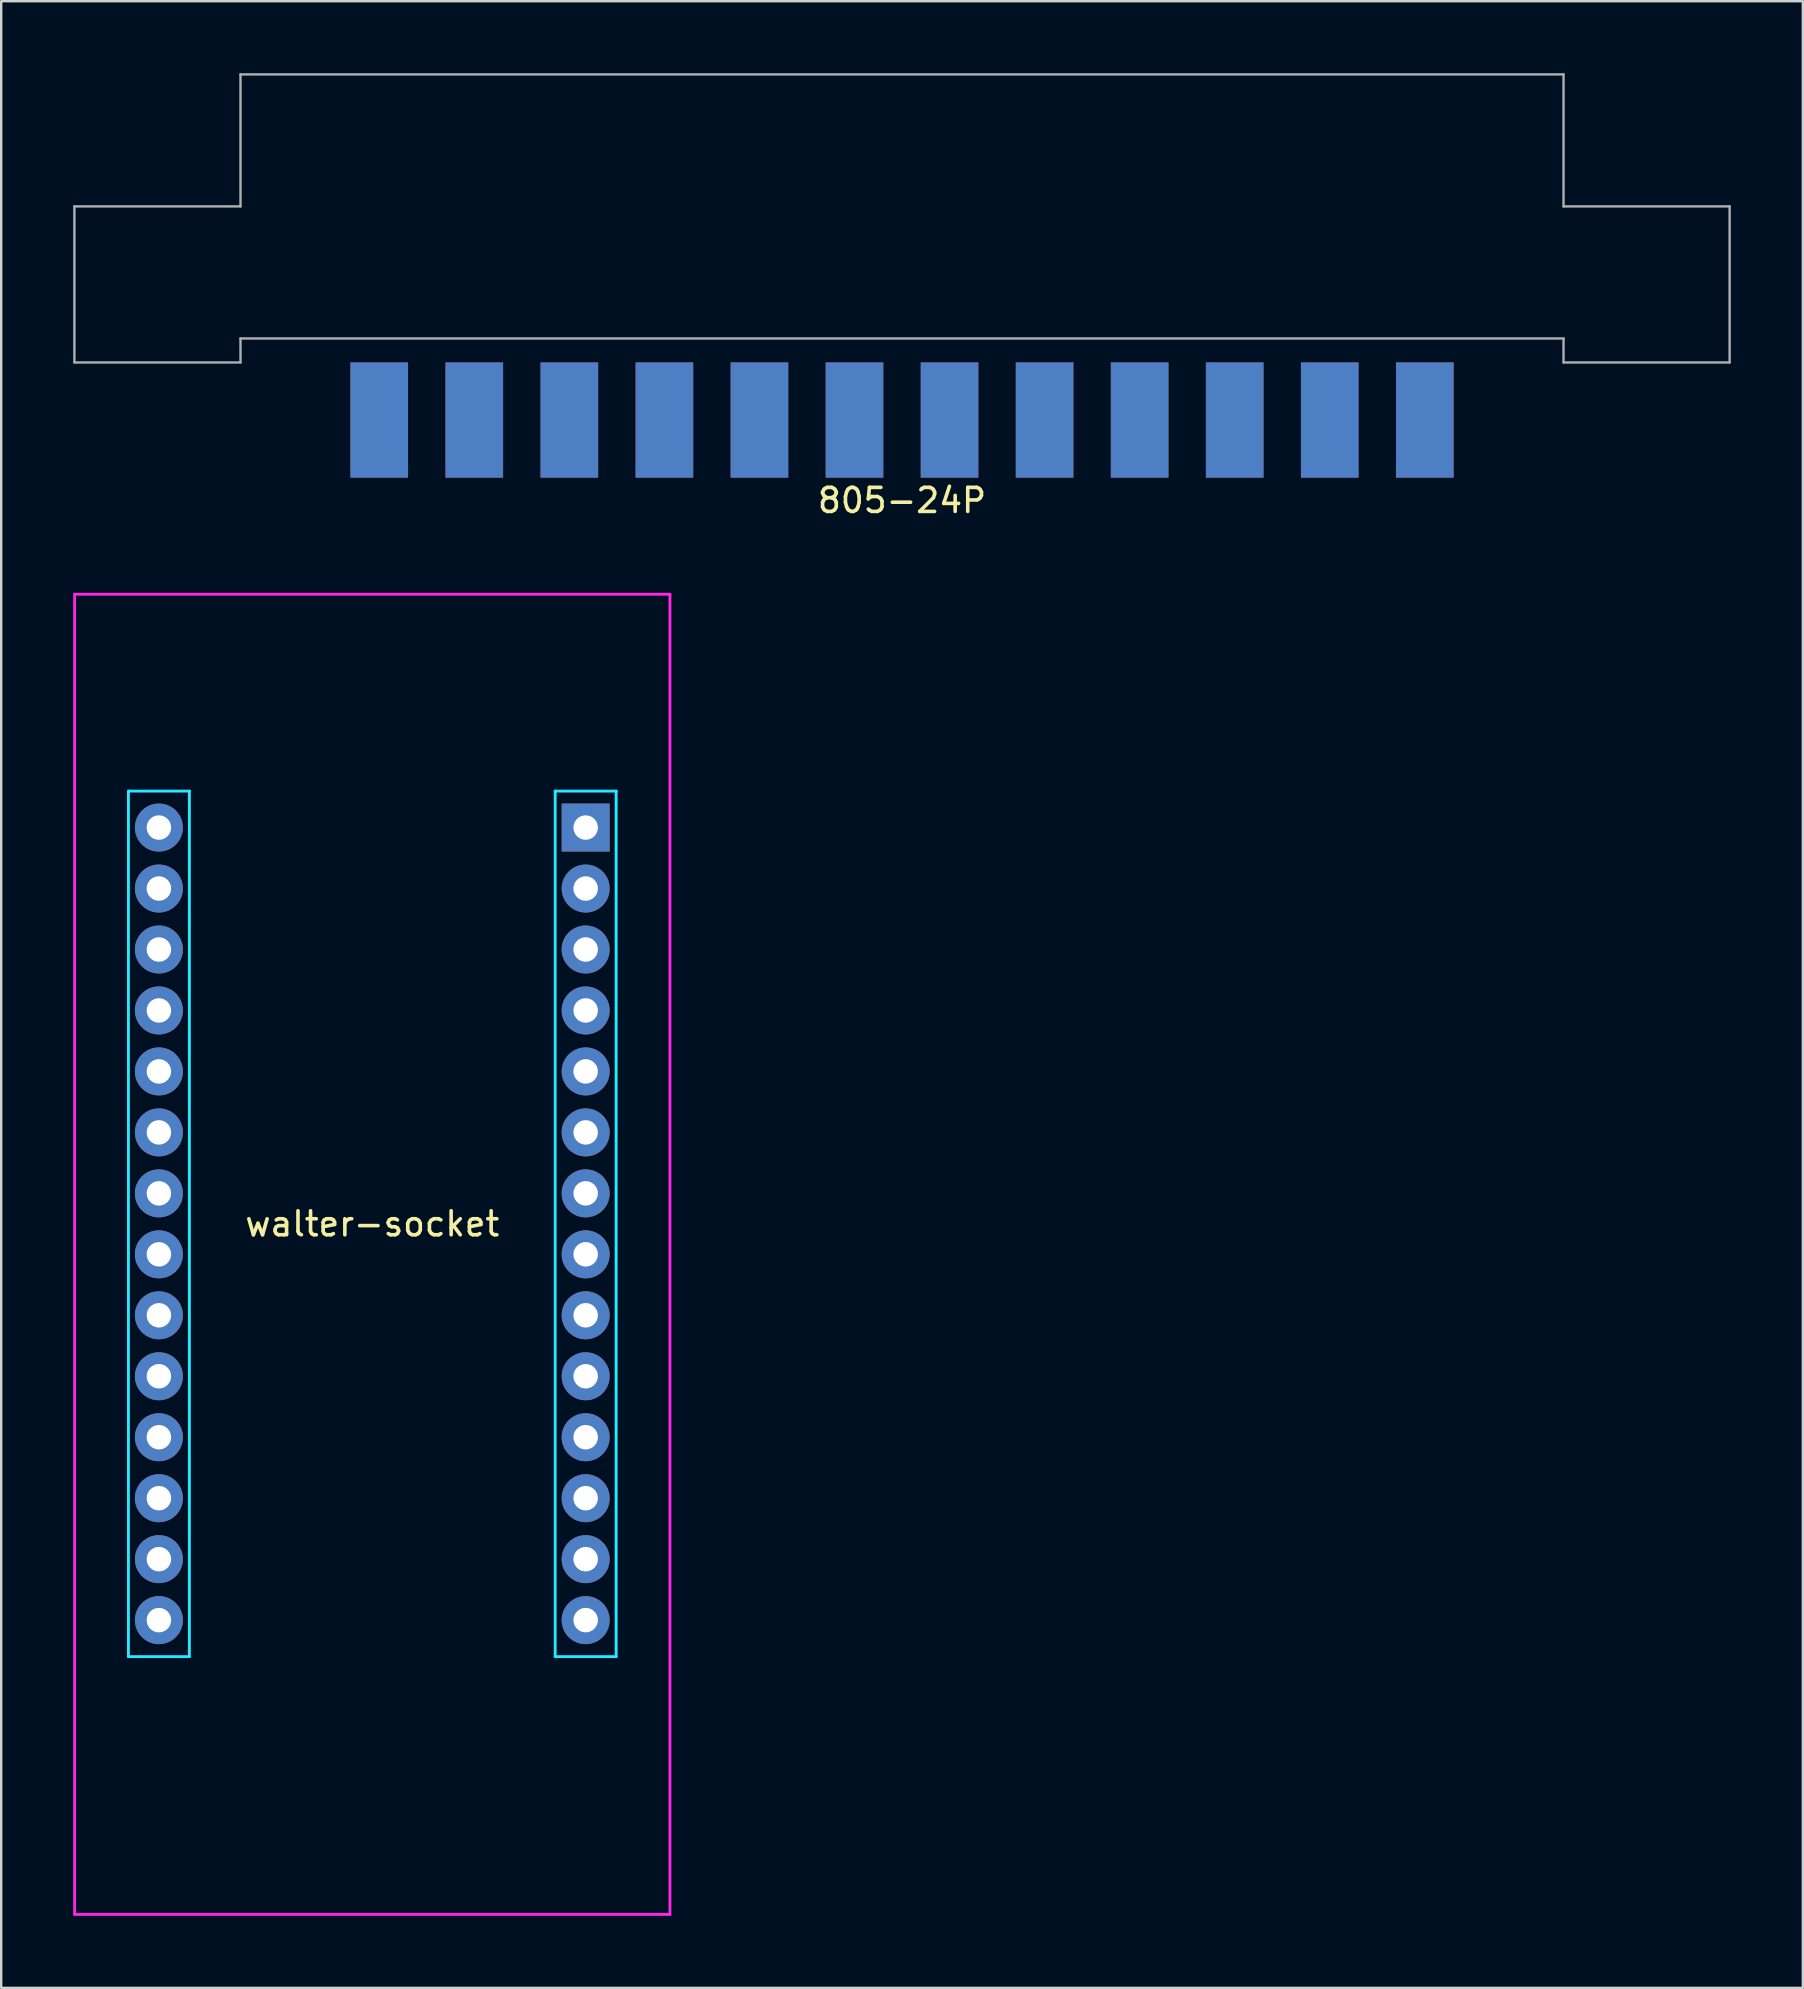
<source format=kicad_pcb>
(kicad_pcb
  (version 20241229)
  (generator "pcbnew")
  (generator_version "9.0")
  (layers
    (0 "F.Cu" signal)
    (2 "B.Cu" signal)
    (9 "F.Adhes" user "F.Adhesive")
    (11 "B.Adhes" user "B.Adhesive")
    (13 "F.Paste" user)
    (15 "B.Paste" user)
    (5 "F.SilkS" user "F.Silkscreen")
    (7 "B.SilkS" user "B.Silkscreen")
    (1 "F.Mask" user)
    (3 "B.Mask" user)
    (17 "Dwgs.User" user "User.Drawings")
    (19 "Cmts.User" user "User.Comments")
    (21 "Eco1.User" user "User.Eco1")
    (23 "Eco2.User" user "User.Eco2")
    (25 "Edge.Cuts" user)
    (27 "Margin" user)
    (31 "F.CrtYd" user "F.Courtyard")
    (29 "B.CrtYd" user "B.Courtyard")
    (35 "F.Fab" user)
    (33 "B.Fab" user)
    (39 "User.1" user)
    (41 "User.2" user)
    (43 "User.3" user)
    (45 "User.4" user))
  (footprint "805-24P"
    (layer "F.Cu")
    (at 34.53 14.45)
    (property "Reference" "805-24P" (at 0 3.35 0) (unlocked yes) (layer "F.SilkS") (effects (font (size 1 1) (thickness 0.15))))
    (attr smd)
    (fp_line (start -34.48 -8.9) (end -27.56 -8.9) (stroke (width 0.1) (type solid)) (layer "F.Fab"))
    (fp_line (start -34.48 -2.4) (end -34.48 -8.9) (stroke (width 0.1) (type solid)) (layer "F.Fab"))
    (fp_line (start -27.56 -14.4) (end -27.56 -8.9) (stroke (width 0.1) (type solid)) (layer "F.Fab"))
    (fp_line (start -27.56 -14.4) (end 27.56 -14.4) (stroke (width 0.1) (type solid)) (layer "F.Fab"))
    (fp_line (start -27.56 -3.4) (end 27.56 -3.4) (stroke (width 0.1) (type solid)) (layer "F.Fab"))
    (fp_line (start -27.56 -2.4) (end -34.48 -2.4) (stroke (width 0.1) (type solid)) (layer "F.Fab"))
    (fp_line (start -27.56 -2.4) (end -27.56 -3.4) (stroke (width 0.1) (type solid)) (layer "F.Fab"))
    (fp_line (start 27.56 -14.4) (end 27.56 -8.9) (stroke (width 0.1) (type solid)) (layer "F.Fab"))
    (fp_line (start 27.56 -8.9) (end 34.48 -8.9) (stroke (width 0.1) (type solid)) (layer "F.Fab"))
    (fp_line (start 27.56 -2.4) (end 27.56 -3.4) (stroke (width 0.1) (type solid)) (layer "F.Fab"))
    (fp_line (start 27.56 -2.4) (end 34.48 -2.4) (stroke (width 0.1) (type solid)) (layer "F.Fab"))
    (fp_line (start 34.48 -2.4) (end 34.48 -8.9) (stroke (width 0.1) (type solid)) (layer "F.Fab"))
    (pad "1" smd rect (at -21.78 0) (size 2.4 4.8) (layers "F.Cu" "F.Mask" "F.Paste"))
    (pad "2" smd rect (at -17.82 0) (size 2.4 4.8) (layers "F.Cu" "F.Mask" "F.Paste"))
    (pad "3" smd rect (at -13.86 0) (size 2.4 4.8) (layers "F.Cu" "F.Mask" "F.Paste"))
    (pad "4" smd rect (at -9.9 0) (size 2.4 4.8) (layers "F.Cu" "F.Mask" "F.Paste"))
    (pad "5" smd rect (at -5.94 0) (size 2.4 4.8) (layers "F.Cu" "F.Mask" "F.Paste"))
    (pad "6" smd rect (at -1.98 0) (size 2.4 4.8) (layers "F.Cu" "F.Mask" "F.Paste"))
    (pad "7" smd rect (at 1.98 0) (size 2.4 4.8) (layers "F.Cu" "F.Mask" "F.Paste"))
    (pad "8" smd rect (at 5.94 0) (size 2.4 4.8) (layers "F.Cu" "F.Mask" "F.Paste"))
    (pad "9" smd rect (at 9.9 0) (size 2.4 4.8) (layers "F.Cu" "F.Mask" "F.Paste"))
    (pad "10" smd rect (at 13.86 0) (size 2.4 4.8) (layers "F.Cu" "F.Mask" "F.Paste"))
    (pad "11" smd rect (at 17.82 0) (size 2.4 4.8) (layers "F.Cu" "F.Mask" "F.Paste"))
    (pad "12" smd rect (at 21.78 0) (size 2.4 4.8) (layers "F.Cu" "F.Mask" "F.Paste"))
    (pad "A" smd rect (at -21.78 0) (size 2.4 4.8) (layers "B.Cu" "B.Mask" "B.Paste"))
    (pad "B" smd rect (at -17.82 0) (size 2.4 4.8) (layers "B.Cu" "B.Mask" "B.Paste"))
    (pad "C" smd rect (at -13.86 0) (size 2.4 4.8) (layers "B.Cu" "B.Mask" "B.Paste"))
    (pad "D" smd rect (at -9.9 0) (size 2.4 4.8) (layers "B.Cu" "B.Mask" "B.Paste"))
    (pad "E" smd rect (at -5.94 0) (size 2.4 4.8) (layers "B.Cu" "B.Mask" "B.Paste"))
    (pad "F" smd rect (at -1.98 0) (size 2.4 4.8) (layers "B.Cu" "B.Mask" "B.Paste"))
    (pad "H" smd rect (at 1.98 0) (size 2.4 4.8) (layers "B.Cu" "B.Mask" "B.Paste"))
    (pad "J" smd rect (at 5.94 0) (size 2.4 4.8) (layers "B.Cu" "B.Mask" "B.Paste"))
    (pad "K" smd rect (at 9.9 0) (size 2.4 4.8) (layers "B.Cu" "B.Mask" "B.Paste"))
    (pad "L" smd rect (at 13.86 0) (size 2.4 4.8) (layers "B.Cu" "B.Mask" "B.Paste"))
    (pad "M" smd rect (at 17.82 0) (size 2.4 4.8) (layers "B.Cu" "B.Mask" "B.Paste"))
    (pad "N" smd rect (at 21.78 0) (size 2.4 4.8) (layers "B.Cu" "B.Mask" "B.Paste")))
  (footprint "walter-socket"
    (layer "F.Cu")
    (at 12.46 47.938)
    (property "Reference" "walter-socket" (at 0 0 180) (layer "F.SilkS") (effects (font (size 1 1) (thickness 0.15))))
    (attr through_hole)
    (fp_line (start -10.16 -18.03) (end -7.62 -18.03) (stroke (width 0.12) (type solid)) (layer "B.CrtYd"))
    (fp_line (start -10.16 18.03) (end -10.16 -18.03) (stroke (width 0.12) (type solid)) (layer "B.CrtYd"))
    (fp_line (start -7.62 -18.03) (end -7.62 18.03) (stroke (width 0.12) (type solid)) (layer "B.CrtYd"))
    (fp_line (start -7.62 18.03) (end -10.16 18.03) (stroke (width 0.12) (type solid)) (layer "B.CrtYd"))
    (fp_line (start 7.62 -18.03) (end 10.16 -18.03) (stroke (width 0.12) (type solid)) (layer "B.CrtYd"))
    (fp_line (start 7.62 18.03) (end 7.62 -18.03) (stroke (width 0.12) (type solid)) (layer "B.CrtYd"))
    (fp_line (start 10.16 -18.03) (end 10.16 18.03) (stroke (width 0.12) (type solid)) (layer "B.CrtYd"))
    (fp_line (start 10.16 18.03) (end 7.62 18.03) (stroke (width 0.12) (type solid)) (layer "B.CrtYd"))
    (fp_line (start -12.4 -26.23) (end 12.4 -26.23) (stroke (width 0.12) (type solid)) (layer "F.CrtYd"))
    (fp_line (start -12.4 28.77) (end -12.4 -26.23) (stroke (width 0.12) (type solid)) (layer "F.CrtYd"))
    (fp_line (start 12.4 -26.23) (end 12.4 28.77) (stroke (width 0.12) (type solid)) (layer "F.CrtYd"))
    (fp_line (start 12.4 28.77) (end -12.4 28.77) (stroke (width 0.12) (type solid)) (layer "F.CrtYd"))
    (pad "1" thru_hole circle (at -8.89 -16.51 270) (size 2 2) (drill 1.02) (layers "*.Cu" "*.Mask"))
    (pad "2" thru_hole circle (at -8.89 -13.97 270) (size 2 2) (drill 1.02) (layers "*.Cu" "*.Mask"))
    (pad "3" thru_hole circle (at -8.89 -11.43 270) (size 2 2) (drill 1.02) (layers "*.Cu" "*.Mask"))
    (pad "4" thru_hole circle (at -8.89 -8.89 270) (size 2 2) (drill 1.02) (layers "*.Cu" "*.Mask"))
    (pad "5" thru_hole circle (at -8.89 -6.35 270) (size 2 2) (drill 1.02) (layers "*.Cu" "*.Mask"))
    (pad "6" thru_hole circle (at -8.89 -3.81 270) (size 2 2) (drill 1.02) (layers "*.Cu" "*.Mask"))
    (pad "7" thru_hole circle (at -8.89 -1.27 270) (size 2 2) (drill 1.02) (layers "*.Cu" "*.Mask"))
    (pad "8" thru_hole circle (at -8.89 1.27 270) (size 2 2) (drill 1.02) (layers "*.Cu" "*.Mask"))
    (pad "9" thru_hole circle (at -8.89 3.81 270) (size 2 2) (drill 1.02) (layers "*.Cu" "*.Mask"))
    (pad "10" thru_hole circle (at -8.89 6.35 270) (size 2 2) (drill 1.02) (layers "*.Cu" "*.Mask"))
    (pad "11" thru_hole circle (at -8.89 8.89 270) (size 2 2) (drill 1.02) (layers "*.Cu" "*.Mask"))
    (pad "12" thru_hole circle (at -8.89 11.43 270) (size 2 2) (drill 1.02) (layers "*.Cu" "*.Mask"))
    (pad "13" thru_hole circle (at -8.89 13.97 270) (size 2 2) (drill 1.02) (layers "*.Cu" "*.Mask"))
    (pad "14" thru_hole circle (at -8.89 16.51 270) (size 2 2) (drill 1.02) (layers "*.Cu" "*.Mask"))
    (pad "15" thru_hole circle (at 8.89 16.51 270) (size 2 2) (drill 1.02) (layers "*.Cu" "*.Mask"))
    (pad "16" thru_hole circle (at 8.89 13.97 270) (size 2 2) (drill 1.02) (layers "*.Cu" "*.Mask"))
    (pad "17" thru_hole circle (at 8.89 11.43 270) (size 2 2) (drill 1.02) (layers "*.Cu" "*.Mask"))
    (pad "18" thru_hole circle (at 8.89 8.89 270) (size 2 2) (drill 1.02) (layers "*.Cu" "*.Mask"))
    (pad "19" thru_hole circle (at 8.89 6.35 270) (size 2 2) (drill 1.02) (layers "*.Cu" "*.Mask"))
    (pad "20" thru_hole circle (at 8.89 3.81 270) (size 2 2) (drill 1.02) (layers "*.Cu" "*.Mask"))
    (pad "21" thru_hole circle (at 8.89 1.27 270) (size 2 2) (drill 1.02) (layers "*.Cu" "*.Mask"))
    (pad "22" thru_hole circle (at 8.89 -1.27 270) (size 2 2) (drill 1.02) (layers "*.Cu" "*.Mask"))
    (pad "23" thru_hole circle (at 8.89 -3.81 270) (size 2 2) (drill 1.02) (layers "*.Cu" "*.Mask"))
    (pad "24" thru_hole circle (at 8.89 -6.35 270) (size 2 2) (drill 1.02) (layers "*.Cu" "*.Mask"))
    (pad "25" thru_hole circle (at 8.89 -8.89 270) (size 2 2) (drill 1.02) (layers "*.Cu" "*.Mask"))
    (pad "26" thru_hole circle (at 8.89 -11.43 270) (size 2 2) (drill 1.02) (layers "*.Cu" "*.Mask"))
    (pad "27" thru_hole circle (at 8.89 -13.97 270) (size 2 2) (drill 1.02) (layers "*.Cu" "*.Mask"))
    (pad "28" thru_hole rect (at 8.89 -16.51 270) (size 2 2) (drill 1.02) (layers "*.Cu" "*.Mask"))
    (zone (net_name "") (layers "F.Cu" "B.Cu") (name "Antenna Keepout") (hatch edge 0.508) (connect_pads) (min_thickness 0.254) (filled_areas_thickness no) (keepout (tracks not_allowed) (vias not_allowed) (pads not_allowed) (copperpour not_allowed) (footprints not_allowed)) (placement (enabled no)) (fill) (polygon (pts (xy 24.86 76.708) (xy 0.06 76.708) (xy 0.06 70.708) (xy 24.86 70.708)))))
  (gr_rect
    (start -3 -3)
    (end 72.06 79.768)
    (stroke (width 0.1) (type default))
    (fill no)
    (layer "Edge.Cuts")))
</source>
